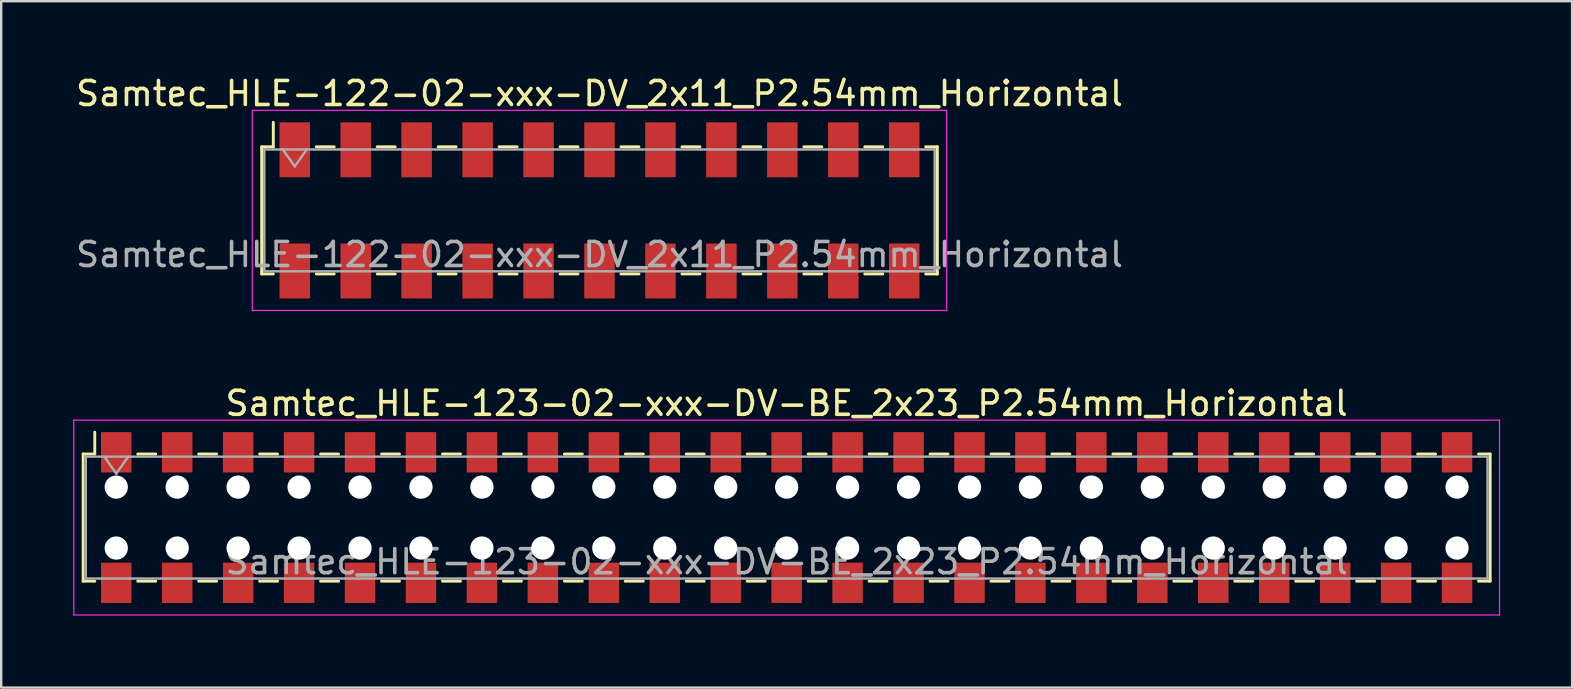
<source format=kicad_pcb>
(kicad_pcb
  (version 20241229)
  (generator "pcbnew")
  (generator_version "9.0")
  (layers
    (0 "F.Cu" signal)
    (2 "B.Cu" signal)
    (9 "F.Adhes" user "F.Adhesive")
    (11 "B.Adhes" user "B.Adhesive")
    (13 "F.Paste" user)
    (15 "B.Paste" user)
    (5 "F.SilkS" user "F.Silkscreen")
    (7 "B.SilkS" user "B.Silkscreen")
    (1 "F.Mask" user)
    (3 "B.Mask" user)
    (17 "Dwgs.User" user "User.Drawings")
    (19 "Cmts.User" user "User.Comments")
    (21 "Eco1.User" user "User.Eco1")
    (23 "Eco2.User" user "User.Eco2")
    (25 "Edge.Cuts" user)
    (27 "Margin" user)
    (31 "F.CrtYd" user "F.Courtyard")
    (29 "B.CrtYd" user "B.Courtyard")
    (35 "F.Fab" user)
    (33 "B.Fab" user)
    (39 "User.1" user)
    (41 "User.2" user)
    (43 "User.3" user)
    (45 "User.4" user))
  (footprint "Samtec_HLE-123-02-xxx-DV-BE_2x23_P2.54mm_Horizontal"
    (layer "F.Cu")
    (at 29.735 18.521)
    (property "Reference" "Samtec_HLE-123-02-xxx-DV-BE_2x23_P2.54mm_Horizontal" (at 0 -4.76 0) (layer "F.SilkS") (effects (font (size 1 1) (thickness 0.15))))
    (attr smd)
    (fp_line (start -29.32 -2.65) (end -29.32 2.65) (stroke (width 0.12) (type solid)) (layer "F.SilkS"))
    (fp_line (start -29.32 2.65) (end -28.835 2.65) (stroke (width 0.12) (type solid)) (layer "F.SilkS"))
    (fp_line (start -28.835 -3.56) (end -28.835 -2.65) (stroke (width 0.12) (type solid)) (layer "F.SilkS"))
    (fp_line (start -28.835 -2.65) (end -29.32 -2.65) (stroke (width 0.12) (type solid)) (layer "F.SilkS"))
    (fp_line (start -27.045 -2.65) (end -26.295 -2.65) (stroke (width 0.12) (type solid)) (layer "F.SilkS"))
    (fp_line (start -27.045 2.65) (end -26.295 2.65) (stroke (width 0.12) (type solid)) (layer "F.SilkS"))
    (fp_line (start -24.505 -2.65) (end -23.755 -2.65) (stroke (width 0.12) (type solid)) (layer "F.SilkS"))
    (fp_line (start -24.505 2.65) (end -23.755 2.65) (stroke (width 0.12) (type solid)) (layer "F.SilkS"))
    (fp_line (start -21.965 -2.65) (end -21.215 -2.65) (stroke (width 0.12) (type solid)) (layer "F.SilkS"))
    (fp_line (start -21.965 2.65) (end -21.215 2.65) (stroke (width 0.12) (type solid)) (layer "F.SilkS"))
    (fp_line (start -19.425 -2.65) (end -18.675 -2.65) (stroke (width 0.12) (type solid)) (layer "F.SilkS"))
    (fp_line (start -19.425 2.65) (end -18.675 2.65) (stroke (width 0.12) (type solid)) (layer "F.SilkS"))
    (fp_line (start -16.885 -2.65) (end -16.135 -2.65) (stroke (width 0.12) (type solid)) (layer "F.SilkS"))
    (fp_line (start -16.885 2.65) (end -16.135 2.65) (stroke (width 0.12) (type solid)) (layer "F.SilkS"))
    (fp_line (start -14.345 -2.65) (end -13.595 -2.65) (stroke (width 0.12) (type solid)) (layer "F.SilkS"))
    (fp_line (start -14.345 2.65) (end -13.595 2.65) (stroke (width 0.12) (type solid)) (layer "F.SilkS"))
    (fp_line (start -11.805 -2.65) (end -11.055 -2.65) (stroke (width 0.12) (type solid)) (layer "F.SilkS"))
    (fp_line (start -11.805 2.65) (end -11.055 2.65) (stroke (width 0.12) (type solid)) (layer "F.SilkS"))
    (fp_line (start -9.265 -2.65) (end -8.515 -2.65) (stroke (width 0.12) (type solid)) (layer "F.SilkS"))
    (fp_line (start -9.265 2.65) (end -8.515 2.65) (stroke (width 0.12) (type solid)) (layer "F.SilkS"))
    (fp_line (start -6.725 -2.65) (end -5.975 -2.65) (stroke (width 0.12) (type solid)) (layer "F.SilkS"))
    (fp_line (start -6.725 2.65) (end -5.975 2.65) (stroke (width 0.12) (type solid)) (layer "F.SilkS"))
    (fp_line (start -4.185 -2.65) (end -3.435 -2.65) (stroke (width 0.12) (type solid)) (layer "F.SilkS"))
    (fp_line (start -4.185 2.65) (end -3.435 2.65) (stroke (width 0.12) (type solid)) (layer "F.SilkS"))
    (fp_line (start -1.645 -2.65) (end -0.895 -2.65) (stroke (width 0.12) (type solid)) (layer "F.SilkS"))
    (fp_line (start -1.645 2.65) (end -0.895 2.65) (stroke (width 0.12) (type solid)) (layer "F.SilkS"))
    (fp_line (start 0.895 -2.65) (end 1.645 -2.65) (stroke (width 0.12) (type solid)) (layer "F.SilkS"))
    (fp_line (start 0.895 2.65) (end 1.645 2.65) (stroke (width 0.12) (type solid)) (layer "F.SilkS"))
    (fp_line (start 3.435 -2.65) (end 4.185 -2.65) (stroke (width 0.12) (type solid)) (layer "F.SilkS"))
    (fp_line (start 3.435 2.65) (end 4.185 2.65) (stroke (width 0.12) (type solid)) (layer "F.SilkS"))
    (fp_line (start 5.975 -2.65) (end 6.725 -2.65) (stroke (width 0.12) (type solid)) (layer "F.SilkS"))
    (fp_line (start 5.975 2.65) (end 6.725 2.65) (stroke (width 0.12) (type solid)) (layer "F.SilkS"))
    (fp_line (start 8.515 -2.65) (end 9.265 -2.65) (stroke (width 0.12) (type solid)) (layer "F.SilkS"))
    (fp_line (start 8.515 2.65) (end 9.265 2.65) (stroke (width 0.12) (type solid)) (layer "F.SilkS"))
    (fp_line (start 11.055 -2.65) (end 11.805 -2.65) (stroke (width 0.12) (type solid)) (layer "F.SilkS"))
    (fp_line (start 11.055 2.65) (end 11.805 2.65) (stroke (width 0.12) (type solid)) (layer "F.SilkS"))
    (fp_line (start 13.595 -2.65) (end 14.345 -2.65) (stroke (width 0.12) (type solid)) (layer "F.SilkS"))
    (fp_line (start 13.595 2.65) (end 14.345 2.65) (stroke (width 0.12) (type solid)) (layer "F.SilkS"))
    (fp_line (start 16.135 -2.65) (end 16.885 -2.65) (stroke (width 0.12) (type solid)) (layer "F.SilkS"))
    (fp_line (start 16.135 2.65) (end 16.885 2.65) (stroke (width 0.12) (type solid)) (layer "F.SilkS"))
    (fp_line (start 18.675 -2.65) (end 19.425 -2.65) (stroke (width 0.12) (type solid)) (layer "F.SilkS"))
    (fp_line (start 18.675 2.65) (end 19.425 2.65) (stroke (width 0.12) (type solid)) (layer "F.SilkS"))
    (fp_line (start 21.215 -2.65) (end 21.965 -2.65) (stroke (width 0.12) (type solid)) (layer "F.SilkS"))
    (fp_line (start 21.215 2.65) (end 21.965 2.65) (stroke (width 0.12) (type solid)) (layer "F.SilkS"))
    (fp_line (start 23.755 -2.65) (end 24.505 -2.65) (stroke (width 0.12) (type solid)) (layer "F.SilkS"))
    (fp_line (start 23.755 2.65) (end 24.505 2.65) (stroke (width 0.12) (type solid)) (layer "F.SilkS"))
    (fp_line (start 26.295 -2.65) (end 27.045 -2.65) (stroke (width 0.12) (type solid)) (layer "F.SilkS"))
    (fp_line (start 26.295 2.65) (end 27.045 2.65) (stroke (width 0.12) (type solid)) (layer "F.SilkS"))
    (fp_line (start 28.835 -2.65) (end 29.32 -2.65) (stroke (width 0.12) (type solid)) (layer "F.SilkS"))
    (fp_line (start 29.32 -2.65) (end 29.32 2.65) (stroke (width 0.12) (type solid)) (layer "F.SilkS"))
    (fp_line (start 29.32 2.65) (end 28.835 2.65) (stroke (width 0.12) (type solid)) (layer "F.SilkS"))
    (fp_line (start -29.71 -4.06) (end 29.71 -4.06) (stroke (width 0.05) (type solid)) (layer "F.CrtYd"))
    (fp_line (start -29.71 4.06) (end -29.71 -4.06) (stroke (width 0.05) (type solid)) (layer "F.CrtYd"))
    (fp_line (start 29.71 -4.06) (end 29.71 4.06) (stroke (width 0.05) (type solid)) (layer "F.CrtYd"))
    (fp_line (start 29.71 4.06) (end -29.71 4.06) (stroke (width 0.05) (type solid)) (layer "F.CrtYd"))
    (fp_line (start -29.21 -2.54) (end 29.21 -2.54) (stroke (width 0.1) (type solid)) (layer "F.Fab"))
    (fp_line (start -29.21 2.54) (end -29.21 -2.54) (stroke (width 0.1) (type solid)) (layer "F.Fab"))
    (fp_line (start -28.44 -2.54) (end -27.94 -1.833) (stroke (width 0.1) (type solid)) (layer "F.Fab"))
    (fp_line (start -27.94 -1.833) (end -27.44 -2.54) (stroke (width 0.1) (type solid)) (layer "F.Fab"))
    (fp_line (start 29.21 -2.54) (end 29.21 2.54) (stroke (width 0.1) (type solid)) (layer "F.Fab"))
    (fp_line (start 29.21 2.54) (end -29.21 2.54) (stroke (width 0.1) (type solid)) (layer "F.Fab"))
    (fp_text user "${REFERENCE}" (at 0 1.84 0) (layer "F.Fab") (effects (font (size 1 1) (thickness 0.15))))
    (pad "" np_thru_hole circle (at -27.94 -1.27) (size 0.97 0.97) (drill 0.97) (layers "*.Cu" "*.Mask"))
    (pad "" np_thru_hole circle (at -27.94 1.27) (size 0.97 0.97) (drill 0.97) (layers "*.Cu" "*.Mask"))
    (pad "" np_thru_hole circle (at -25.4 -1.27) (size 0.97 0.97) (drill 0.97) (layers "*.Cu" "*.Mask"))
    (pad "" np_thru_hole circle (at -25.4 1.27) (size 0.97 0.97) (drill 0.97) (layers "*.Cu" "*.Mask"))
    (pad "" np_thru_hole circle (at -22.86 -1.27) (size 0.97 0.97) (drill 0.97) (layers "*.Cu" "*.Mask"))
    (pad "" np_thru_hole circle (at -22.86 1.27) (size 0.97 0.97) (drill 0.97) (layers "*.Cu" "*.Mask"))
    (pad "" np_thru_hole circle (at -20.32 -1.27) (size 0.97 0.97) (drill 0.97) (layers "*.Cu" "*.Mask"))
    (pad "" np_thru_hole circle (at -20.32 1.27) (size 0.97 0.97) (drill 0.97) (layers "*.Cu" "*.Mask"))
    (pad "" np_thru_hole circle (at -17.78 -1.27) (size 0.97 0.97) (drill 0.97) (layers "*.Cu" "*.Mask"))
    (pad "" np_thru_hole circle (at -17.78 1.27) (size 0.97 0.97) (drill 0.97) (layers "*.Cu" "*.Mask"))
    (pad "" np_thru_hole circle (at -15.24 -1.27) (size 0.97 0.97) (drill 0.97) (layers "*.Cu" "*.Mask"))
    (pad "" np_thru_hole circle (at -15.24 1.27) (size 0.97 0.97) (drill 0.97) (layers "*.Cu" "*.Mask"))
    (pad "" np_thru_hole circle (at -12.7 -1.27) (size 0.97 0.97) (drill 0.97) (layers "*.Cu" "*.Mask"))
    (pad "" np_thru_hole circle (at -12.7 1.27) (size 0.97 0.97) (drill 0.97) (layers "*.Cu" "*.Mask"))
    (pad "" np_thru_hole circle (at -10.16 -1.27) (size 0.97 0.97) (drill 0.97) (layers "*.Cu" "*.Mask"))
    (pad "" np_thru_hole circle (at -10.16 1.27) (size 0.97 0.97) (drill 0.97) (layers "*.Cu" "*.Mask"))
    (pad "" np_thru_hole circle (at -7.62 -1.27) (size 0.97 0.97) (drill 0.97) (layers "*.Cu" "*.Mask"))
    (pad "" np_thru_hole circle (at -7.62 1.27) (size 0.97 0.97) (drill 0.97) (layers "*.Cu" "*.Mask"))
    (pad "" np_thru_hole circle (at -5.08 -1.27) (size 0.97 0.97) (drill 0.97) (layers "*.Cu" "*.Mask"))
    (pad "" np_thru_hole circle (at -5.08 1.27) (size 0.97 0.97) (drill 0.97) (layers "*.Cu" "*.Mask"))
    (pad "" np_thru_hole circle (at -2.54 -1.27) (size 0.97 0.97) (drill 0.97) (layers "*.Cu" "*.Mask"))
    (pad "" np_thru_hole circle (at -2.54 1.27) (size 0.97 0.97) (drill 0.97) (layers "*.Cu" "*.Mask"))
    (pad "" np_thru_hole circle (at 0 -1.27) (size 0.97 0.97) (drill 0.97) (layers "*.Cu" "*.Mask"))
    (pad "" np_thru_hole circle (at 0 1.27) (size 0.97 0.97) (drill 0.97) (layers "*.Cu" "*.Mask"))
    (pad "" np_thru_hole circle (at 2.54 -1.27) (size 0.97 0.97) (drill 0.97) (layers "*.Cu" "*.Mask"))
    (pad "" np_thru_hole circle (at 2.54 1.27) (size 0.97 0.97) (drill 0.97) (layers "*.Cu" "*.Mask"))
    (pad "" np_thru_hole circle (at 5.08 -1.27) (size 0.97 0.97) (drill 0.97) (layers "*.Cu" "*.Mask"))
    (pad "" np_thru_hole circle (at 5.08 1.27) (size 0.97 0.97) (drill 0.97) (layers "*.Cu" "*.Mask"))
    (pad "" np_thru_hole circle (at 7.62 -1.27) (size 0.97 0.97) (drill 0.97) (layers "*.Cu" "*.Mask"))
    (pad "" np_thru_hole circle (at 7.62 1.27) (size 0.97 0.97) (drill 0.97) (layers "*.Cu" "*.Mask"))
    (pad "" np_thru_hole circle (at 10.16 -1.27) (size 0.97 0.97) (drill 0.97) (layers "*.Cu" "*.Mask"))
    (pad "" np_thru_hole circle (at 10.16 1.27) (size 0.97 0.97) (drill 0.97) (layers "*.Cu" "*.Mask"))
    (pad "" np_thru_hole circle (at 12.7 -1.27) (size 0.97 0.97) (drill 0.97) (layers "*.Cu" "*.Mask"))
    (pad "" np_thru_hole circle (at 12.7 1.27) (size 0.97 0.97) (drill 0.97) (layers "*.Cu" "*.Mask"))
    (pad "" np_thru_hole circle (at 15.24 -1.27) (size 0.97 0.97) (drill 0.97) (layers "*.Cu" "*.Mask"))
    (pad "" np_thru_hole circle (at 15.24 1.27) (size 0.97 0.97) (drill 0.97) (layers "*.Cu" "*.Mask"))
    (pad "" np_thru_hole circle (at 17.78 -1.27) (size 0.97 0.97) (drill 0.97) (layers "*.Cu" "*.Mask"))
    (pad "" np_thru_hole circle (at 17.78 1.27) (size 0.97 0.97) (drill 0.97) (layers "*.Cu" "*.Mask"))
    (pad "" np_thru_hole circle (at 20.32 -1.27) (size 0.97 0.97) (drill 0.97) (layers "*.Cu" "*.Mask"))
    (pad "" np_thru_hole circle (at 20.32 1.27) (size 0.97 0.97) (drill 0.97) (layers "*.Cu" "*.Mask"))
    (pad "" np_thru_hole circle (at 22.86 -1.27) (size 0.97 0.97) (drill 0.97) (layers "*.Cu" "*.Mask"))
    (pad "" np_thru_hole circle (at 22.86 1.27) (size 0.97 0.97) (drill 0.97) (layers "*.Cu" "*.Mask"))
    (pad "" np_thru_hole circle (at 25.4 -1.27) (size 0.97 0.97) (drill 0.97) (layers "*.Cu" "*.Mask"))
    (pad "" np_thru_hole circle (at 25.4 1.27) (size 0.97 0.97) (drill 0.97) (layers "*.Cu" "*.Mask"))
    (pad "" np_thru_hole circle (at 27.94 -1.27) (size 0.97 0.97) (drill 0.97) (layers "*.Cu" "*.Mask"))
    (pad "" np_thru_hole circle (at 27.94 1.27) (size 0.97 0.97) (drill 0.97) (layers "*.Cu" "*.Mask"))
    (pad "1" smd rect (at -27.94 -2.72) (size 1.27 1.68) (layers "F.Cu" "F.Mask" "F.Paste"))
    (pad "2" smd rect (at -27.94 2.72) (size 1.27 1.68) (layers "F.Cu" "F.Mask" "F.Paste"))
    (pad "3" smd rect (at -25.4 -2.72) (size 1.27 1.68) (layers "F.Cu" "F.Mask" "F.Paste"))
    (pad "4" smd rect (at -25.4 2.72) (size 1.27 1.68) (layers "F.Cu" "F.Mask" "F.Paste"))
    (pad "5" smd rect (at -22.86 -2.72) (size 1.27 1.68) (layers "F.Cu" "F.Mask" "F.Paste"))
    (pad "6" smd rect (at -22.86 2.72) (size 1.27 1.68) (layers "F.Cu" "F.Mask" "F.Paste"))
    (pad "7" smd rect (at -20.32 -2.72) (size 1.27 1.68) (layers "F.Cu" "F.Mask" "F.Paste"))
    (pad "8" smd rect (at -20.32 2.72) (size 1.27 1.68) (layers "F.Cu" "F.Mask" "F.Paste"))
    (pad "9" smd rect (at -17.78 -2.72) (size 1.27 1.68) (layers "F.Cu" "F.Mask" "F.Paste"))
    (pad "10" smd rect (at -17.78 2.72) (size 1.27 1.68) (layers "F.Cu" "F.Mask" "F.Paste"))
    (pad "11" smd rect (at -15.24 -2.72) (size 1.27 1.68) (layers "F.Cu" "F.Mask" "F.Paste"))
    (pad "12" smd rect (at -15.24 2.72) (size 1.27 1.68) (layers "F.Cu" "F.Mask" "F.Paste"))
    (pad "13" smd rect (at -12.7 -2.72) (size 1.27 1.68) (layers "F.Cu" "F.Mask" "F.Paste"))
    (pad "14" smd rect (at -12.7 2.72) (size 1.27 1.68) (layers "F.Cu" "F.Mask" "F.Paste"))
    (pad "15" smd rect (at -10.16 -2.72) (size 1.27 1.68) (layers "F.Cu" "F.Mask" "F.Paste"))
    (pad "16" smd rect (at -10.16 2.72) (size 1.27 1.68) (layers "F.Cu" "F.Mask" "F.Paste"))
    (pad "17" smd rect (at -7.62 -2.72) (size 1.27 1.68) (layers "F.Cu" "F.Mask" "F.Paste"))
    (pad "18" smd rect (at -7.62 2.72) (size 1.27 1.68) (layers "F.Cu" "F.Mask" "F.Paste"))
    (pad "19" smd rect (at -5.08 -2.72) (size 1.27 1.68) (layers "F.Cu" "F.Mask" "F.Paste"))
    (pad "20" smd rect (at -5.08 2.72) (size 1.27 1.68) (layers "F.Cu" "F.Mask" "F.Paste"))
    (pad "21" smd rect (at -2.54 -2.72) (size 1.27 1.68) (layers "F.Cu" "F.Mask" "F.Paste"))
    (pad "22" smd rect (at -2.54 2.72) (size 1.27 1.68) (layers "F.Cu" "F.Mask" "F.Paste"))
    (pad "23" smd rect (at 0 -2.72) (size 1.27 1.68) (layers "F.Cu" "F.Mask" "F.Paste"))
    (pad "24" smd rect (at 0 2.72) (size 1.27 1.68) (layers "F.Cu" "F.Mask" "F.Paste"))
    (pad "25" smd rect (at 2.54 -2.72) (size 1.27 1.68) (layers "F.Cu" "F.Mask" "F.Paste"))
    (pad "26" smd rect (at 2.54 2.72) (size 1.27 1.68) (layers "F.Cu" "F.Mask" "F.Paste"))
    (pad "27" smd rect (at 5.08 -2.72) (size 1.27 1.68) (layers "F.Cu" "F.Mask" "F.Paste"))
    (pad "28" smd rect (at 5.08 2.72) (size 1.27 1.68) (layers "F.Cu" "F.Mask" "F.Paste"))
    (pad "29" smd rect (at 7.62 -2.72) (size 1.27 1.68) (layers "F.Cu" "F.Mask" "F.Paste"))
    (pad "30" smd rect (at 7.62 2.72) (size 1.27 1.68) (layers "F.Cu" "F.Mask" "F.Paste"))
    (pad "31" smd rect (at 10.16 -2.72) (size 1.27 1.68) (layers "F.Cu" "F.Mask" "F.Paste"))
    (pad "32" smd rect (at 10.16 2.72) (size 1.27 1.68) (layers "F.Cu" "F.Mask" "F.Paste"))
    (pad "33" smd rect (at 12.7 -2.72) (size 1.27 1.68) (layers "F.Cu" "F.Mask" "F.Paste"))
    (pad "34" smd rect (at 12.7 2.72) (size 1.27 1.68) (layers "F.Cu" "F.Mask" "F.Paste"))
    (pad "35" smd rect (at 15.24 -2.72) (size 1.27 1.68) (layers "F.Cu" "F.Mask" "F.Paste"))
    (pad "36" smd rect (at 15.24 2.72) (size 1.27 1.68) (layers "F.Cu" "F.Mask" "F.Paste"))
    (pad "37" smd rect (at 17.78 -2.72) (size 1.27 1.68) (layers "F.Cu" "F.Mask" "F.Paste"))
    (pad "38" smd rect (at 17.78 2.72) (size 1.27 1.68) (layers "F.Cu" "F.Mask" "F.Paste"))
    (pad "39" smd rect (at 20.32 -2.72) (size 1.27 1.68) (layers "F.Cu" "F.Mask" "F.Paste"))
    (pad "40" smd rect (at 20.32 2.72) (size 1.27 1.68) (layers "F.Cu" "F.Mask" "F.Paste"))
    (pad "41" smd rect (at 22.86 -2.72) (size 1.27 1.68) (layers "F.Cu" "F.Mask" "F.Paste"))
    (pad "42" smd rect (at 22.86 2.72) (size 1.27 1.68) (layers "F.Cu" "F.Mask" "F.Paste"))
    (pad "43" smd rect (at 25.4 -2.72) (size 1.27 1.68) (layers "F.Cu" "F.Mask" "F.Paste"))
    (pad "44" smd rect (at 25.4 2.72) (size 1.27 1.68) (layers "F.Cu" "F.Mask" "F.Paste"))
    (pad "45" smd rect (at 27.94 -2.72) (size 1.27 1.68) (layers "F.Cu" "F.Mask" "F.Paste"))
    (pad "46" smd rect (at 27.94 2.72) (size 1.27 1.68) (layers "F.Cu" "F.Mask" "F.Paste")))
  (footprint "Samtec_HLE-122-02-xxx-DV_2x11_P2.54mm_Horizontal"
    (layer "F.Cu")
    (at 21.935 5.718)
    (property "Reference" "Samtec_HLE-122-02-xxx-DV_2x11_P2.54mm_Horizontal" (at 0 -4.87 0) (layer "F.SilkS") (effects (font (size 1 1) (thickness 0.15))))
    (attr smd)
    (fp_line (start -14.08 -2.65) (end -14.08 2.65) (stroke (width 0.12) (type solid)) (layer "F.SilkS"))
    (fp_line (start -14.08 2.65) (end -13.595 2.65) (stroke (width 0.12) (type solid)) (layer "F.SilkS"))
    (fp_line (start -13.595 -3.67) (end -13.595 -2.65) (stroke (width 0.12) (type solid)) (layer "F.SilkS"))
    (fp_line (start -13.595 -2.65) (end -14.08 -2.65) (stroke (width 0.12) (type solid)) (layer "F.SilkS"))
    (fp_line (start -11.805 -2.65) (end -11.055 -2.65) (stroke (width 0.12) (type solid)) (layer "F.SilkS"))
    (fp_line (start -11.805 2.65) (end -11.055 2.65) (stroke (width 0.12) (type solid)) (layer "F.SilkS"))
    (fp_line (start -9.265 -2.65) (end -8.515 -2.65) (stroke (width 0.12) (type solid)) (layer "F.SilkS"))
    (fp_line (start -9.265 2.65) (end -8.515 2.65) (stroke (width 0.12) (type solid)) (layer "F.SilkS"))
    (fp_line (start -6.725 -2.65) (end -5.975 -2.65) (stroke (width 0.12) (type solid)) (layer "F.SilkS"))
    (fp_line (start -6.725 2.65) (end -5.975 2.65) (stroke (width 0.12) (type solid)) (layer "F.SilkS"))
    (fp_line (start -4.185 -2.65) (end -3.435 -2.65) (stroke (width 0.12) (type solid)) (layer "F.SilkS"))
    (fp_line (start -4.185 2.65) (end -3.435 2.65) (stroke (width 0.12) (type solid)) (layer "F.SilkS"))
    (fp_line (start -1.645 -2.65) (end -0.895 -2.65) (stroke (width 0.12) (type solid)) (layer "F.SilkS"))
    (fp_line (start -1.645 2.65) (end -0.895 2.65) (stroke (width 0.12) (type solid)) (layer "F.SilkS"))
    (fp_line (start 0.895 -2.65) (end 1.645 -2.65) (stroke (width 0.12) (type solid)) (layer "F.SilkS"))
    (fp_line (start 0.895 2.65) (end 1.645 2.65) (stroke (width 0.12) (type solid)) (layer "F.SilkS"))
    (fp_line (start 3.435 -2.65) (end 4.185 -2.65) (stroke (width 0.12) (type solid)) (layer "F.SilkS"))
    (fp_line (start 3.435 2.65) (end 4.185 2.65) (stroke (width 0.12) (type solid)) (layer "F.SilkS"))
    (fp_line (start 5.975 -2.65) (end 6.725 -2.65) (stroke (width 0.12) (type solid)) (layer "F.SilkS"))
    (fp_line (start 5.975 2.65) (end 6.725 2.65) (stroke (width 0.12) (type solid)) (layer "F.SilkS"))
    (fp_line (start 8.515 -2.65) (end 9.265 -2.65) (stroke (width 0.12) (type solid)) (layer "F.SilkS"))
    (fp_line (start 8.515 2.65) (end 9.265 2.65) (stroke (width 0.12) (type solid)) (layer "F.SilkS"))
    (fp_line (start 11.055 -2.65) (end 11.805 -2.65) (stroke (width 0.12) (type solid)) (layer "F.SilkS"))
    (fp_line (start 11.055 2.65) (end 11.805 2.65) (stroke (width 0.12) (type solid)) (layer "F.SilkS"))
    (fp_line (start 13.595 -2.65) (end 14.08 -2.65) (stroke (width 0.12) (type solid)) (layer "F.SilkS"))
    (fp_line (start 14.08 -2.65) (end 14.08 2.65) (stroke (width 0.12) (type solid)) (layer "F.SilkS"))
    (fp_line (start 14.08 2.65) (end 13.595 2.65) (stroke (width 0.12) (type solid)) (layer "F.SilkS"))
    (fp_line (start -14.47 -4.17) (end 14.47 -4.17) (stroke (width 0.05) (type solid)) (layer "F.CrtYd"))
    (fp_line (start -14.47 4.17) (end -14.47 -4.17) (stroke (width 0.05) (type solid)) (layer "F.CrtYd"))
    (fp_line (start 14.47 -4.17) (end 14.47 4.17) (stroke (width 0.05) (type solid)) (layer "F.CrtYd"))
    (fp_line (start 14.47 4.17) (end -14.47 4.17) (stroke (width 0.05) (type solid)) (layer "F.CrtYd"))
    (fp_line (start -13.97 -2.54) (end 13.97 -2.54) (stroke (width 0.1) (type solid)) (layer "F.Fab"))
    (fp_line (start -13.97 2.54) (end -13.97 -2.54) (stroke (width 0.1) (type solid)) (layer "F.Fab"))
    (fp_line (start -13.2 -2.54) (end -12.7 -1.833) (stroke (width 0.1) (type solid)) (layer "F.Fab"))
    (fp_line (start -12.7 -1.833) (end -12.2 -2.54) (stroke (width 0.1) (type solid)) (layer "F.Fab"))
    (fp_line (start 13.97 -2.54) (end 13.97 2.54) (stroke (width 0.1) (type solid)) (layer "F.Fab"))
    (fp_line (start 13.97 2.54) (end -13.97 2.54) (stroke (width 0.1) (type solid)) (layer "F.Fab"))
    (fp_text user "${REFERENCE}" (at 0 1.84 0) (layer "F.Fab") (effects (font (size 1 1) (thickness 0.15))))
    (pad "1" smd rect (at -12.7 -2.525) (size 1.27 2.29) (layers "F.Cu" "F.Mask" "F.Paste"))
    (pad "2" smd rect (at -12.7 2.525) (size 1.27 2.29) (layers "F.Cu" "F.Mask" "F.Paste"))
    (pad "3" smd rect (at -10.16 -2.525) (size 1.27 2.29) (layers "F.Cu" "F.Mask" "F.Paste"))
    (pad "4" smd rect (at -10.16 2.525) (size 1.27 2.29) (layers "F.Cu" "F.Mask" "F.Paste"))
    (pad "5" smd rect (at -7.62 -2.525) (size 1.27 2.29) (layers "F.Cu" "F.Mask" "F.Paste"))
    (pad "6" smd rect (at -7.62 2.525) (size 1.27 2.29) (layers "F.Cu" "F.Mask" "F.Paste"))
    (pad "7" smd rect (at -5.08 -2.525) (size 1.27 2.29) (layers "F.Cu" "F.Mask" "F.Paste"))
    (pad "8" smd rect (at -5.08 2.525) (size 1.27 2.29) (layers "F.Cu" "F.Mask" "F.Paste"))
    (pad "9" smd rect (at -2.54 -2.525) (size 1.27 2.29) (layers "F.Cu" "F.Mask" "F.Paste"))
    (pad "10" smd rect (at -2.54 2.525) (size 1.27 2.29) (layers "F.Cu" "F.Mask" "F.Paste"))
    (pad "11" smd rect (at 0 -2.525) (size 1.27 2.29) (layers "F.Cu" "F.Mask" "F.Paste"))
    (pad "12" smd rect (at 0 2.525) (size 1.27 2.29) (layers "F.Cu" "F.Mask" "F.Paste"))
    (pad "13" smd rect (at 2.54 -2.525) (size 1.27 2.29) (layers "F.Cu" "F.Mask" "F.Paste"))
    (pad "14" smd rect (at 2.54 2.525) (size 1.27 2.29) (layers "F.Cu" "F.Mask" "F.Paste"))
    (pad "15" smd rect (at 5.08 -2.525) (size 1.27 2.29) (layers "F.Cu" "F.Mask" "F.Paste"))
    (pad "16" smd rect (at 5.08 2.525) (size 1.27 2.29) (layers "F.Cu" "F.Mask" "F.Paste"))
    (pad "17" smd rect (at 7.62 -2.525) (size 1.27 2.29) (layers "F.Cu" "F.Mask" "F.Paste"))
    (pad "18" smd rect (at 7.62 2.525) (size 1.27 2.29) (layers "F.Cu" "F.Mask" "F.Paste"))
    (pad "19" smd rect (at 10.16 -2.525) (size 1.27 2.29) (layers "F.Cu" "F.Mask" "F.Paste"))
    (pad "20" smd rect (at 10.16 2.525) (size 1.27 2.29) (layers "F.Cu" "F.Mask" "F.Paste"))
    (pad "21" smd rect (at 12.7 -2.525) (size 1.27 2.29) (layers "F.Cu" "F.Mask" "F.Paste"))
    (pad "22" smd rect (at 12.7 2.525) (size 1.27 2.29) (layers "F.Cu" "F.Mask" "F.Paste")))
  (gr_rect
    (start -3 -3)
    (end 62.47 25.607)
    (stroke (width 0.1) (type default))
    (fill no)
    (layer "Edge.Cuts")))
</source>
